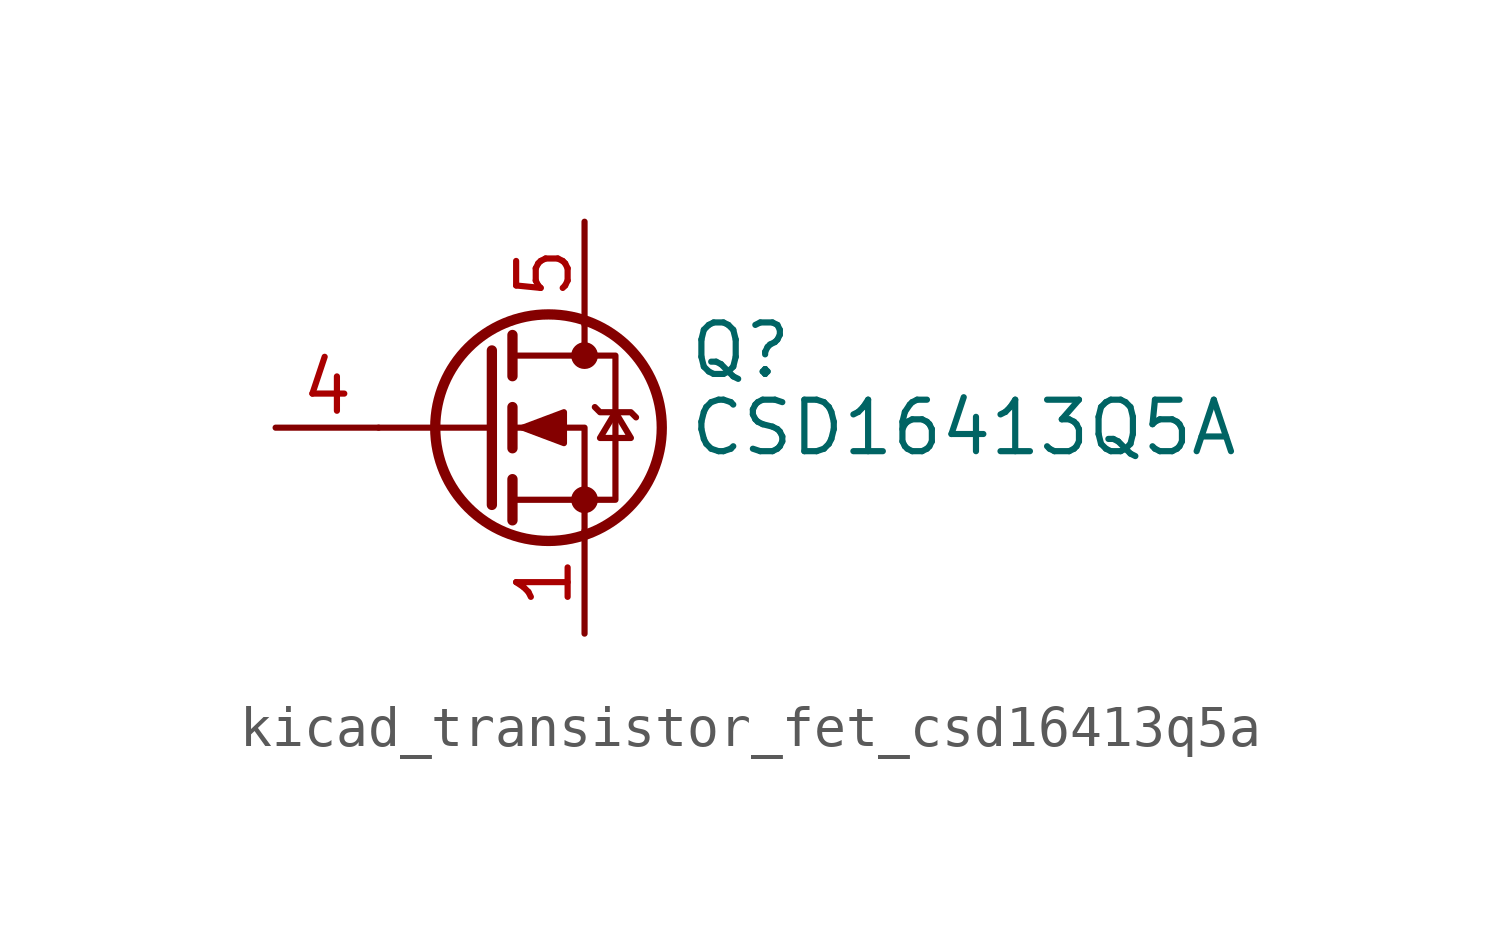
<source format=kicad_sym>
(kicad_symbol_lib
  (version 20220914)
  (generator kicad_symbol_editor)
  (symbol "kicad_transistor_fet_csd16413q5a"
    (pin_names hide)
    (property "Reference" "Q"
      (at 5.08 1.905 0)
      (effects (font (size 1.27 1.27)) (justify left)))
    (property "Value" "CSD16413Q5A"
      (at 5.08 0 0)
      (effects (font (size 1.27 1.27)) (justify left)))
    (symbol "kicad_transistor_fet_csd16413q5a_0_1"
      (polyline (pts (xy 0.254 0) (xy -2.54 0)) (stroke (width 0) (type default)) (fill (type none)))
      (polyline (pts (xy 0.254 1.905) (xy 0.254 -1.905)) (stroke (width 0.254) (type default)) (fill (type none)))
      (polyline (pts (xy 0.762 -1.27) (xy 0.762 -2.286)) (stroke (width 0.254) (type default)) (fill (type none)))
      (polyline (pts (xy 0.762 0.508) (xy 0.762 -0.508)) (stroke (width 0.254) (type default)) (fill (type none)))
      (polyline (pts (xy 0.762 2.286) (xy 0.762 1.27)) (stroke (width 0.254) (type default)) (fill (type none)))
      (polyline (pts (xy 2.54 2.54) (xy 2.54 1.778)) (stroke (width 0) (type default)) (fill (type none)))
      (polyline (pts (xy 2.54 -2.54) (xy 2.54 0) (xy 0.762 0)) (stroke (width 0) (type default)) (fill (type none)))
      (polyline (pts (xy 0.762 -1.778) (xy 3.302 -1.778) (xy 3.302 1.778) (xy 0.762 1.778)) (stroke (width 0) (type default)) (fill (type none)))
      (polyline (pts (xy 1.016 0) (xy 2.032 0.381) (xy 2.032 -0.381) (xy 1.016 0)) (stroke (width 0) (type default)) (fill (type outline)))
      (polyline (pts (xy 2.794 0.508) (xy 2.921 0.381) (xy 3.683 0.381) (xy 3.81 0.254)) (stroke (width 0) (type default)) (fill (type none)))
      (polyline (pts (xy 3.302 0.381) (xy 2.921 -0.254) (xy 3.683 -0.254) (xy 3.302 0.381)) (stroke (width 0) (type default)) (fill (type none)))
      (circle (center 1.651 0) (radius 2.794) (stroke (width 0.254) (type default)) (fill (type none)))
      (circle (center 2.54 -1.778) (radius 0.254) (stroke (width 0) (type default)) (fill (type outline)))
      (circle (center 2.54 1.778) (radius 0.254) (stroke (width 0) (type default)) (fill (type outline))))
    (symbol "kicad_transistor_fet_csd16413q5a_1_1"
      (pin passive line (at 2.54 -5.08 90) (length 2.54) (name "S" (effects (font (size 1.27 1.27)))) (number "1" (effects (font (size 1.27 1.27)))))
      (pin passive line (at 2.54 -5.08 90) (length 2.54) hide (name "S" (effects (font (size 1.27 1.27)))) (number "2" (effects (font (size 1.27 1.27)))))
      (pin passive line (at 2.54 -5.08 90) (length 2.54) hide (name "S" (effects (font (size 1.27 1.27)))) (number "3" (effects (font (size 1.27 1.27)))))
      (pin passive line (at -5.08 0 0) (length 2.54) (name "G" (effects (font (size 1.27 1.27)))) (number "4" (effects (font (size 1.27 1.27)))))
      (pin passive line (at 2.54 5.08 270) (length 2.54) (name "D" (effects (font (size 1.27 1.27)))) (number "5" (effects (font (size 1.27 1.27))))))))
</source>
